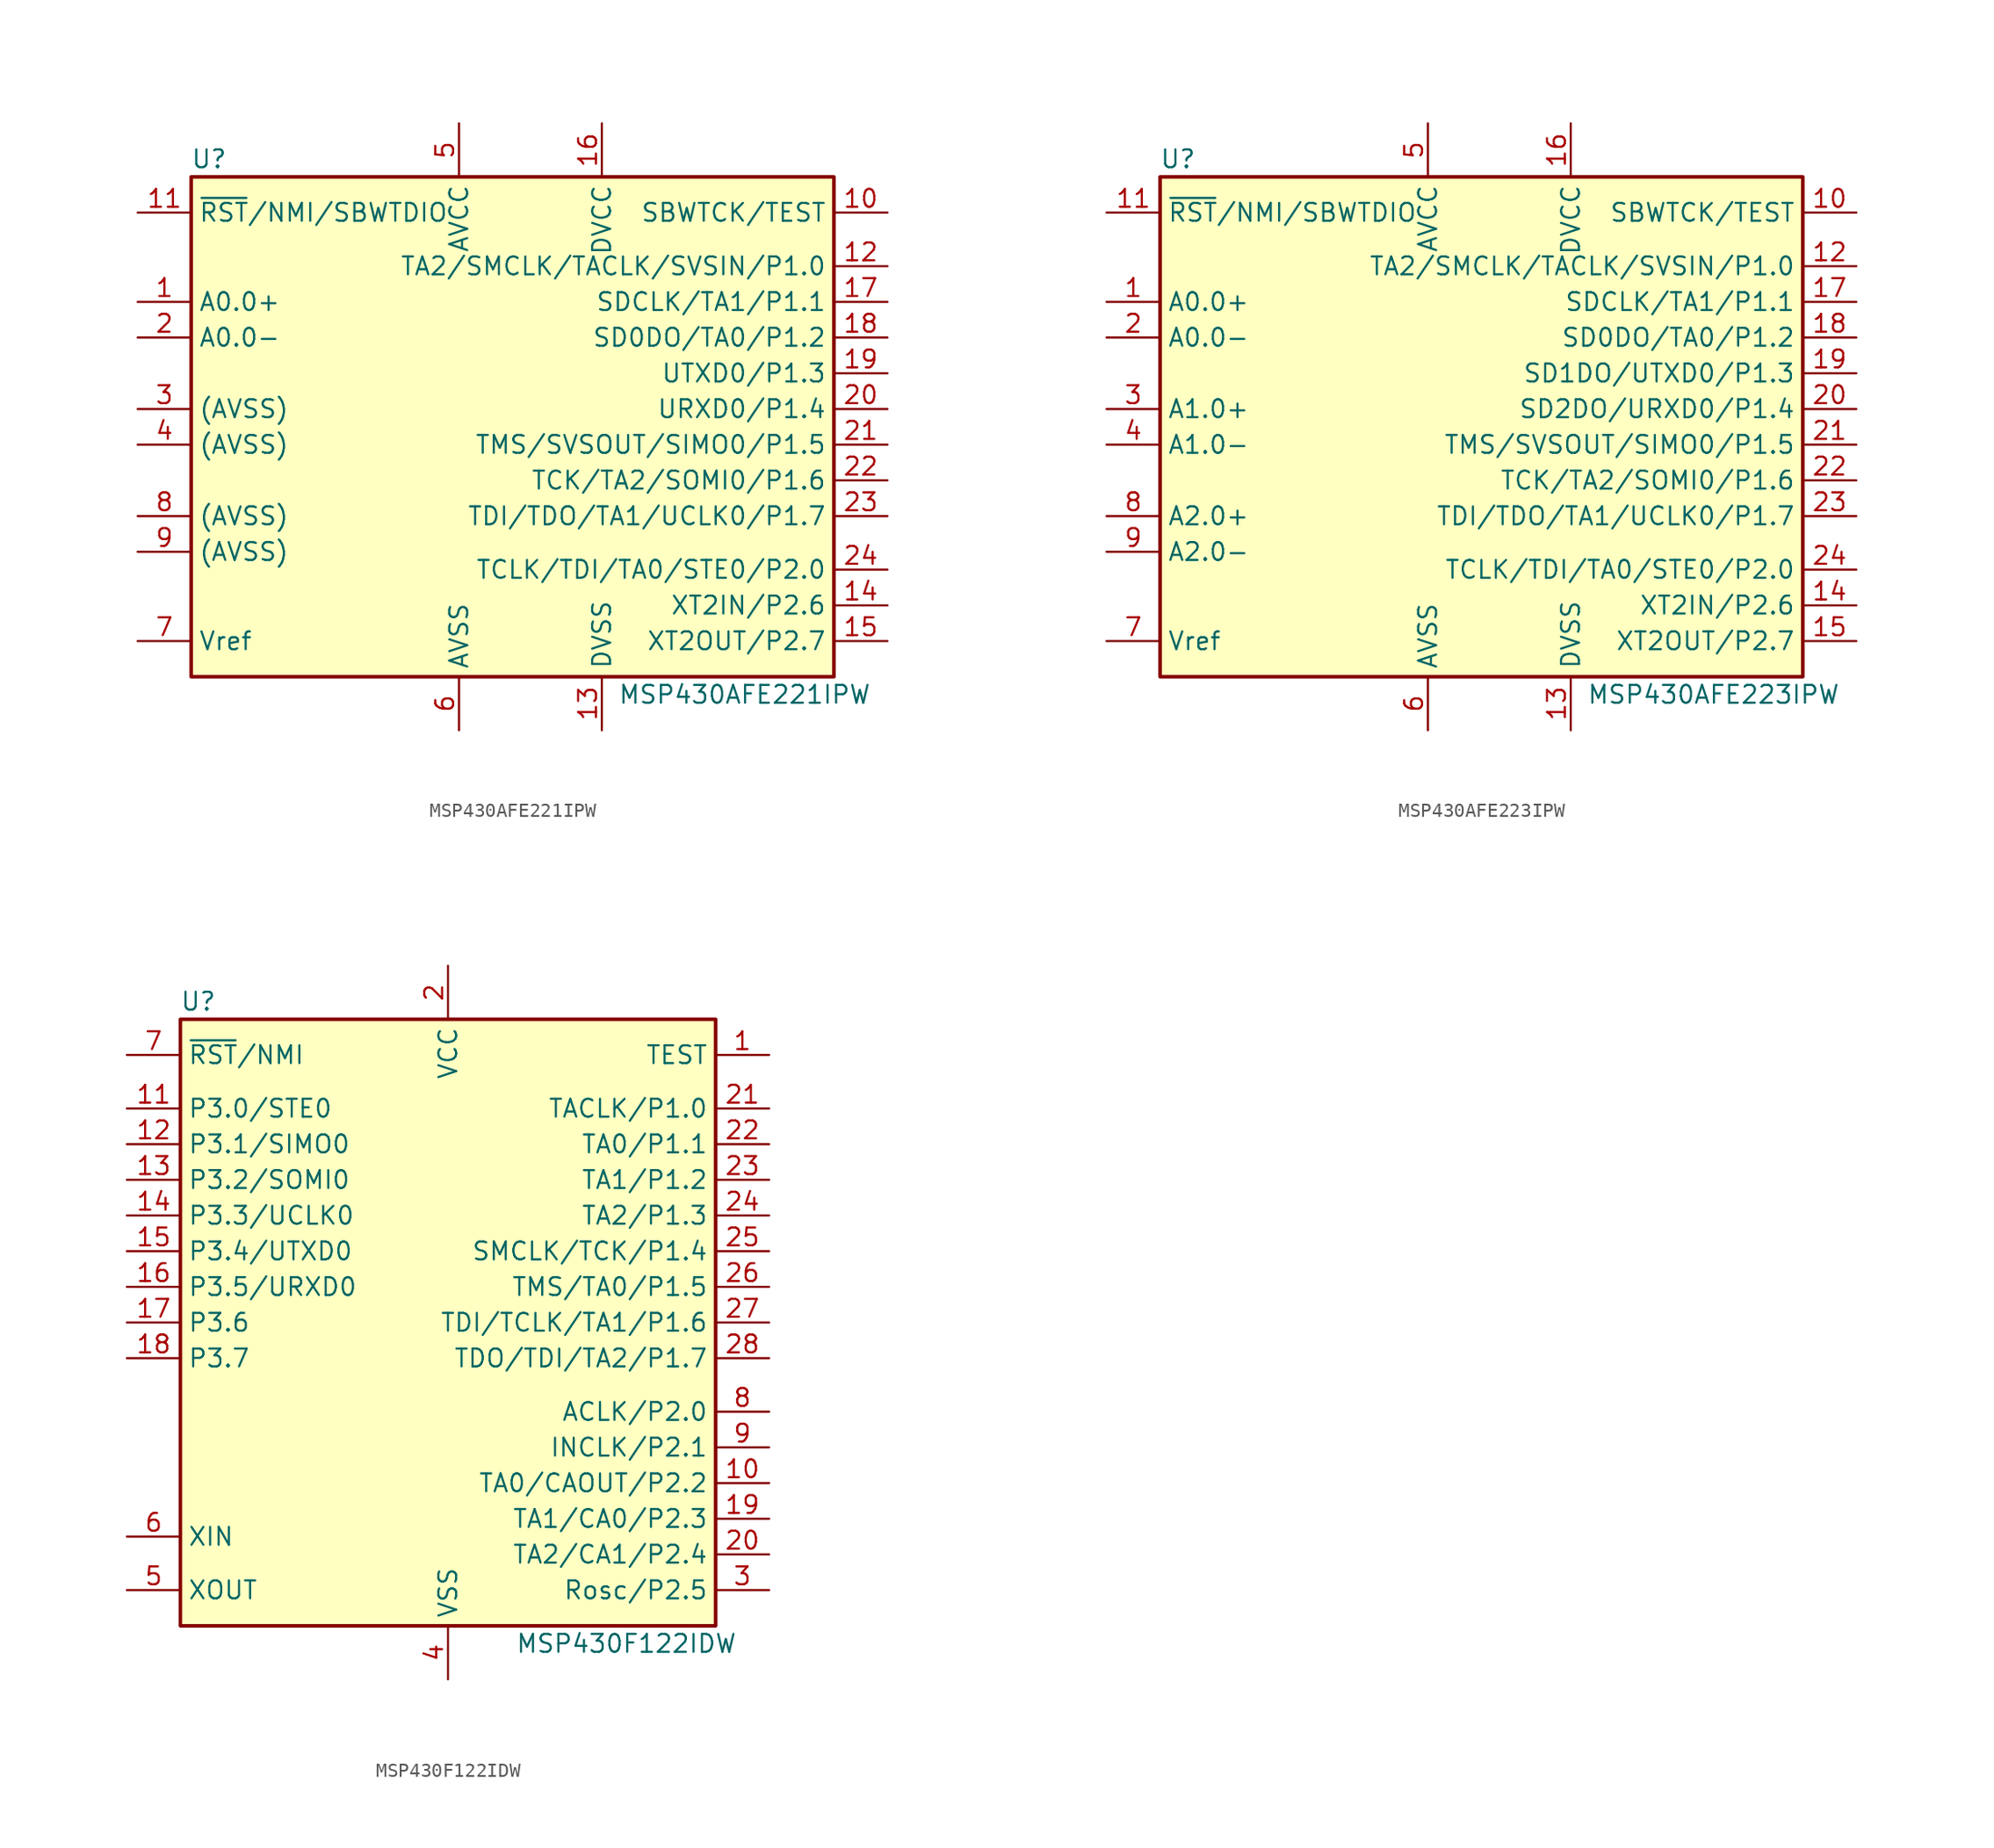
<source format=kicad_sym>
(kicad_symbol_lib
  (version 20211014)
  (generator kicad_symbol_editor)
  (symbol "MSP430AFE221IPW"
    (property "Reference" "U"
      (at -22.86 19.05 0)
      (effects (font (size 1.27 1.27))))
    (property "Value" "MSP430AFE221IPW"
      (at 15.24 -19.05 0)
      (effects (font (size 1.27 1.27))))
    (symbol "MSP430AFE221IPW_0_1"
      (rectangle (start -24.13 17.78) (end 21.59 -17.78) (stroke (width 0.254) (type default) (color 0 0 0 0)) (fill (type background))))
    (symbol "MSP430AFE221IPW_1_1"
      (pin passive line (at -27.94 8.89 0) (length 3.81) (name "A0.0+" (effects (font (size 1.27 1.27)))) (number "1" (effects (font (size 1.27 1.27)))))
      (pin input line (at 25.4 15.24 180) (length 3.81) (name "SBWTCK/TEST" (effects (font (size 1.27 1.27)))) (number "10" (effects (font (size 1.27 1.27)))))
      (pin input line (at -27.94 15.24 0) (length 3.81) (name "~{RST}/NMI/SBWTDIO" (effects (font (size 1.27 1.27)))) (number "11" (effects (font (size 1.27 1.27)))))
      (pin bidirectional line (at 25.4 11.43 180) (length 3.81) (name "TA2/SMCLK/TACLK/SVSIN/P1.0" (effects (font (size 1.27 1.27)))) (number "12" (effects (font (size 1.27 1.27)))))
      (pin power_in line (at 5.08 -21.59 90) (length 3.81) (name "DVSS" (effects (font (size 1.27 1.27)))) (number "13" (effects (font (size 1.27 1.27)))))
      (pin bidirectional line (at 25.4 -12.7 180) (length 3.81) (name "XT2IN/P2.6" (effects (font (size 1.27 1.27)))) (number "14" (effects (font (size 1.27 1.27)))))
      (pin bidirectional line (at 25.4 -15.24 180) (length 3.81) (name "XT2OUT/P2.7" (effects (font (size 1.27 1.27)))) (number "15" (effects (font (size 1.27 1.27)))))
      (pin power_in line (at 5.08 21.59 270) (length 3.81) (name "DVCC" (effects (font (size 1.27 1.27)))) (number "16" (effects (font (size 1.27 1.27)))))
      (pin bidirectional line (at 25.4 8.89 180) (length 3.81) (name "SDCLK/TA1/P1.1" (effects (font (size 1.27 1.27)))) (number "17" (effects (font (size 1.27 1.27)))))
      (pin bidirectional line (at 25.4 6.35 180) (length 3.81) (name "SD0DO/TA0/P1.2" (effects (font (size 1.27 1.27)))) (number "18" (effects (font (size 1.27 1.27)))))
      (pin bidirectional line (at 25.4 3.81 180) (length 3.81) (name "UTXD0/P1.3" (effects (font (size 1.27 1.27)))) (number "19" (effects (font (size 1.27 1.27)))))
      (pin passive line (at -27.94 6.35 0) (length 3.81) (name "A0.0-" (effects (font (size 1.27 1.27)))) (number "2" (effects (font (size 1.27 1.27)))))
      (pin bidirectional line (at 25.4 1.27 180) (length 3.81) (name "URXD0/P1.4" (effects (font (size 1.27 1.27)))) (number "20" (effects (font (size 1.27 1.27)))))
      (pin bidirectional line (at 25.4 -1.27 180) (length 3.81) (name "TMS/SVSOUT/SIMO0/P1.5" (effects (font (size 1.27 1.27)))) (number "21" (effects (font (size 1.27 1.27)))))
      (pin bidirectional line (at 25.4 -3.81 180) (length 3.81) (name "TCK/TA2/SOMI0/P1.6" (effects (font (size 1.27 1.27)))) (number "22" (effects (font (size 1.27 1.27)))))
      (pin bidirectional line (at 25.4 -6.35 180) (length 3.81) (name "TDI/TDO/TA1/UCLK0/P1.7" (effects (font (size 1.27 1.27)))) (number "23" (effects (font (size 1.27 1.27)))))
      (pin bidirectional line (at 25.4 -10.16 180) (length 3.81) (name "TCLK/TDI/TA0/STE0/P2.0" (effects (font (size 1.27 1.27)))) (number "24" (effects (font (size 1.27 1.27)))))
      (pin passive line (at -27.94 1.27 0) (length 3.81) (name "(AVSS)" (effects (font (size 1.27 1.27)))) (number "3" (effects (font (size 1.27 1.27)))))
      (pin passive line (at -27.94 -1.27 0) (length 3.81) (name "(AVSS)" (effects (font (size 1.27 1.27)))) (number "4" (effects (font (size 1.27 1.27)))))
      (pin power_in line (at -5.08 21.59 270) (length 3.81) (name "AVCC" (effects (font (size 1.27 1.27)))) (number "5" (effects (font (size 1.27 1.27)))))
      (pin power_in line (at -5.08 -21.59 90) (length 3.81) (name "AVSS" (effects (font (size 1.27 1.27)))) (number "6" (effects (font (size 1.27 1.27)))))
      (pin passive line (at -27.94 -15.24 0) (length 3.81) (name "Vref" (effects (font (size 1.27 1.27)))) (number "7" (effects (font (size 1.27 1.27)))))
      (pin passive line (at -27.94 -6.35 0) (length 3.81) (name "(AVSS)" (effects (font (size 1.27 1.27)))) (number "8" (effects (font (size 1.27 1.27)))))
      (pin passive line (at -27.94 -8.89 0) (length 3.81) (name "(AVSS)" (effects (font (size 1.27 1.27)))) (number "9" (effects (font (size 1.27 1.27)))))))
  (symbol "MSP430AFE223IPW"
    (property "Reference" "U"
      (at -22.86 19.05 0)
      (effects (font (size 1.27 1.27))))
    (property "Value" "MSP430AFE223IPW"
      (at 15.24 -19.05 0)
      (effects (font (size 1.27 1.27))))
    (symbol "MSP430AFE223IPW_0_1"
      (rectangle (start -24.13 17.78) (end 21.59 -17.78) (stroke (width 0.254) (type default) (color 0 0 0 0)) (fill (type background))))
    (symbol "MSP430AFE223IPW_1_1"
      (pin passive line (at -27.94 8.89 0) (length 3.81) (name "A0.0+" (effects (font (size 1.27 1.27)))) (number "1" (effects (font (size 1.27 1.27)))))
      (pin input line (at 25.4 15.24 180) (length 3.81) (name "SBWTCK/TEST" (effects (font (size 1.27 1.27)))) (number "10" (effects (font (size 1.27 1.27)))))
      (pin input line (at -27.94 15.24 0) (length 3.81) (name "~{RST}/NMI/SBWTDIO" (effects (font (size 1.27 1.27)))) (number "11" (effects (font (size 1.27 1.27)))))
      (pin bidirectional line (at 25.4 11.43 180) (length 3.81) (name "TA2/SMCLK/TACLK/SVSIN/P1.0" (effects (font (size 1.27 1.27)))) (number "12" (effects (font (size 1.27 1.27)))))
      (pin power_in line (at 5.08 -21.59 90) (length 3.81) (name "DVSS" (effects (font (size 1.27 1.27)))) (number "13" (effects (font (size 1.27 1.27)))))
      (pin bidirectional line (at 25.4 -12.7 180) (length 3.81) (name "XT2IN/P2.6" (effects (font (size 1.27 1.27)))) (number "14" (effects (font (size 1.27 1.27)))))
      (pin bidirectional line (at 25.4 -15.24 180) (length 3.81) (name "XT2OUT/P2.7" (effects (font (size 1.27 1.27)))) (number "15" (effects (font (size 1.27 1.27)))))
      (pin power_in line (at 5.08 21.59 270) (length 3.81) (name "DVCC" (effects (font (size 1.27 1.27)))) (number "16" (effects (font (size 1.27 1.27)))))
      (pin bidirectional line (at 25.4 8.89 180) (length 3.81) (name "SDCLK/TA1/P1.1" (effects (font (size 1.27 1.27)))) (number "17" (effects (font (size 1.27 1.27)))))
      (pin bidirectional line (at 25.4 6.35 180) (length 3.81) (name "SD0DO/TA0/P1.2" (effects (font (size 1.27 1.27)))) (number "18" (effects (font (size 1.27 1.27)))))
      (pin bidirectional line (at 25.4 3.81 180) (length 3.81) (name "SD1DO/UTXD0/P1.3" (effects (font (size 1.27 1.27)))) (number "19" (effects (font (size 1.27 1.27)))))
      (pin passive line (at -27.94 6.35 0) (length 3.81) (name "A0.0-" (effects (font (size 1.27 1.27)))) (number "2" (effects (font (size 1.27 1.27)))))
      (pin bidirectional line (at 25.4 1.27 180) (length 3.81) (name "SD2DO/URXD0/P1.4" (effects (font (size 1.27 1.27)))) (number "20" (effects (font (size 1.27 1.27)))))
      (pin bidirectional line (at 25.4 -1.27 180) (length 3.81) (name "TMS/SVSOUT/SIMO0/P1.5" (effects (font (size 1.27 1.27)))) (number "21" (effects (font (size 1.27 1.27)))))
      (pin bidirectional line (at 25.4 -3.81 180) (length 3.81) (name "TCK/TA2/SOMI0/P1.6" (effects (font (size 1.27 1.27)))) (number "22" (effects (font (size 1.27 1.27)))))
      (pin bidirectional line (at 25.4 -6.35 180) (length 3.81) (name "TDI/TDO/TA1/UCLK0/P1.7" (effects (font (size 1.27 1.27)))) (number "23" (effects (font (size 1.27 1.27)))))
      (pin bidirectional line (at 25.4 -10.16 180) (length 3.81) (name "TCLK/TDI/TA0/STE0/P2.0" (effects (font (size 1.27 1.27)))) (number "24" (effects (font (size 1.27 1.27)))))
      (pin passive line (at -27.94 1.27 0) (length 3.81) (name "A1.0+" (effects (font (size 1.27 1.27)))) (number "3" (effects (font (size 1.27 1.27)))))
      (pin passive line (at -27.94 -1.27 0) (length 3.81) (name "A1.0-" (effects (font (size 1.27 1.27)))) (number "4" (effects (font (size 1.27 1.27)))))
      (pin power_in line (at -5.08 21.59 270) (length 3.81) (name "AVCC" (effects (font (size 1.27 1.27)))) (number "5" (effects (font (size 1.27 1.27)))))
      (pin power_in line (at -5.08 -21.59 90) (length 3.81) (name "AVSS" (effects (font (size 1.27 1.27)))) (number "6" (effects (font (size 1.27 1.27)))))
      (pin passive line (at -27.94 -15.24 0) (length 3.81) (name "Vref" (effects (font (size 1.27 1.27)))) (number "7" (effects (font (size 1.27 1.27)))))
      (pin passive line (at -27.94 -6.35 0) (length 3.81) (name "A2.0+" (effects (font (size 1.27 1.27)))) (number "8" (effects (font (size 1.27 1.27)))))
      (pin passive line (at -27.94 -8.89 0) (length 3.81) (name "A2.0-" (effects (font (size 1.27 1.27)))) (number "9" (effects (font (size 1.27 1.27)))))))
  (symbol "MSP430F122IDW"
    (property "Reference" "U"
      (at -17.78 22.86 0)
      (effects (font (size 1.27 1.27))))
    (property "Value" "MSP430F122IDW"
      (at 12.7 -22.86 0)
      (effects (font (size 1.27 1.27))))
    (symbol "MSP430F122IDW_0_1"
      (rectangle (start -19.05 21.59) (end 19.05 -21.59) (stroke (width 0.254) (type default) (color 0 0 0 0)) (fill (type background))))
    (symbol "MSP430F122IDW_1_1"
      (pin input line (at 22.86 19.05 180) (length 3.81) (name "TEST" (effects (font (size 1.27 1.27)))) (number "1" (effects (font (size 1.27 1.27)))))
      (pin bidirectional line (at 22.86 -11.43 180) (length 3.81) (name "TA0/CAOUT/P2.2" (effects (font (size 1.27 1.27)))) (number "10" (effects (font (size 1.27 1.27)))))
      (pin bidirectional line (at -22.86 15.24 0) (length 3.81) (name "P3.0/STE0" (effects (font (size 1.27 1.27)))) (number "11" (effects (font (size 1.27 1.27)))))
      (pin bidirectional line (at -22.86 12.7 0) (length 3.81) (name "P3.1/SIMO0" (effects (font (size 1.27 1.27)))) (number "12" (effects (font (size 1.27 1.27)))))
      (pin bidirectional line (at -22.86 10.16 0) (length 3.81) (name "P3.2/SOMI0" (effects (font (size 1.27 1.27)))) (number "13" (effects (font (size 1.27 1.27)))))
      (pin bidirectional line (at -22.86 7.62 0) (length 3.81) (name "P3.3/UCLK0" (effects (font (size 1.27 1.27)))) (number "14" (effects (font (size 1.27 1.27)))))
      (pin bidirectional line (at -22.86 5.08 0) (length 3.81) (name "P3.4/UTXD0" (effects (font (size 1.27 1.27)))) (number "15" (effects (font (size 1.27 1.27)))))
      (pin bidirectional line (at -22.86 2.54 0) (length 3.81) (name "P3.5/URXD0" (effects (font (size 1.27 1.27)))) (number "16" (effects (font (size 1.27 1.27)))))
      (pin bidirectional line (at -22.86 0 0) (length 3.81) (name "P3.6" (effects (font (size 1.27 1.27)))) (number "17" (effects (font (size 1.27 1.27)))))
      (pin bidirectional line (at -22.86 -2.54 0) (length 3.81) (name "P3.7" (effects (font (size 1.27 1.27)))) (number "18" (effects (font (size 1.27 1.27)))))
      (pin bidirectional line (at 22.86 -13.97 180) (length 3.81) (name "TA1/CA0/P2.3" (effects (font (size 1.27 1.27)))) (number "19" (effects (font (size 1.27 1.27)))))
      (pin power_in line (at 0 25.4 270) (length 3.81) (name "VCC" (effects (font (size 1.27 1.27)))) (number "2" (effects (font (size 1.27 1.27)))))
      (pin bidirectional line (at 22.86 -16.51 180) (length 3.81) (name "TA2/CA1/P2.4" (effects (font (size 1.27 1.27)))) (number "20" (effects (font (size 1.27 1.27)))))
      (pin bidirectional line (at 22.86 15.24 180) (length 3.81) (name "TACLK/P1.0" (effects (font (size 1.27 1.27)))) (number "21" (effects (font (size 1.27 1.27)))))
      (pin bidirectional line (at 22.86 12.7 180) (length 3.81) (name "TA0/P1.1" (effects (font (size 1.27 1.27)))) (number "22" (effects (font (size 1.27 1.27)))))
      (pin bidirectional line (at 22.86 10.16 180) (length 3.81) (name "TA1/P1.2" (effects (font (size 1.27 1.27)))) (number "23" (effects (font (size 1.27 1.27)))))
      (pin bidirectional line (at 22.86 7.62 180) (length 3.81) (name "TA2/P1.3" (effects (font (size 1.27 1.27)))) (number "24" (effects (font (size 1.27 1.27)))))
      (pin bidirectional line (at 22.86 5.08 180) (length 3.81) (name "SMCLK/TCK/P1.4" (effects (font (size 1.27 1.27)))) (number "25" (effects (font (size 1.27 1.27)))))
      (pin bidirectional line (at 22.86 2.54 180) (length 3.81) (name "TMS/TA0/P1.5" (effects (font (size 1.27 1.27)))) (number "26" (effects (font (size 1.27 1.27)))))
      (pin bidirectional line (at 22.86 0 180) (length 3.81) (name "TDI/TCLK/TA1/P1.6" (effects (font (size 1.27 1.27)))) (number "27" (effects (font (size 1.27 1.27)))))
      (pin bidirectional line (at 22.86 -2.54 180) (length 3.81) (name "TDO/TDI/TA2/P1.7" (effects (font (size 1.27 1.27)))) (number "28" (effects (font (size 1.27 1.27)))))
      (pin bidirectional line (at 22.86 -19.05 180) (length 3.81) (name "Rosc/P2.5" (effects (font (size 1.27 1.27)))) (number "3" (effects (font (size 1.27 1.27)))))
      (pin power_in line (at 0 -25.4 90) (length 3.81) (name "VSS" (effects (font (size 1.27 1.27)))) (number "4" (effects (font (size 1.27 1.27)))))
      (pin output line (at -22.86 -19.05 0) (length 3.81) (name "XOUT" (effects (font (size 1.27 1.27)))) (number "5" (effects (font (size 1.27 1.27)))))
      (pin input line (at -22.86 -15.24 0) (length 3.81) (name "XIN" (effects (font (size 1.27 1.27)))) (number "6" (effects (font (size 1.27 1.27)))))
      (pin input line (at -22.86 19.05 0) (length 3.81) (name "~{RST}/NMI" (effects (font (size 1.27 1.27)))) (number "7" (effects (font (size 1.27 1.27)))))
      (pin bidirectional line (at 22.86 -6.35 180) (length 3.81) (name "ACLK/P2.0" (effects (font (size 1.27 1.27)))) (number "8" (effects (font (size 1.27 1.27)))))
      (pin bidirectional line (at 22.86 -8.89 180) (length 3.81) (name "INCLK/P2.1" (effects (font (size 1.27 1.27)))) (number "9" (effects (font (size 1.27 1.27))))))))
</source>
